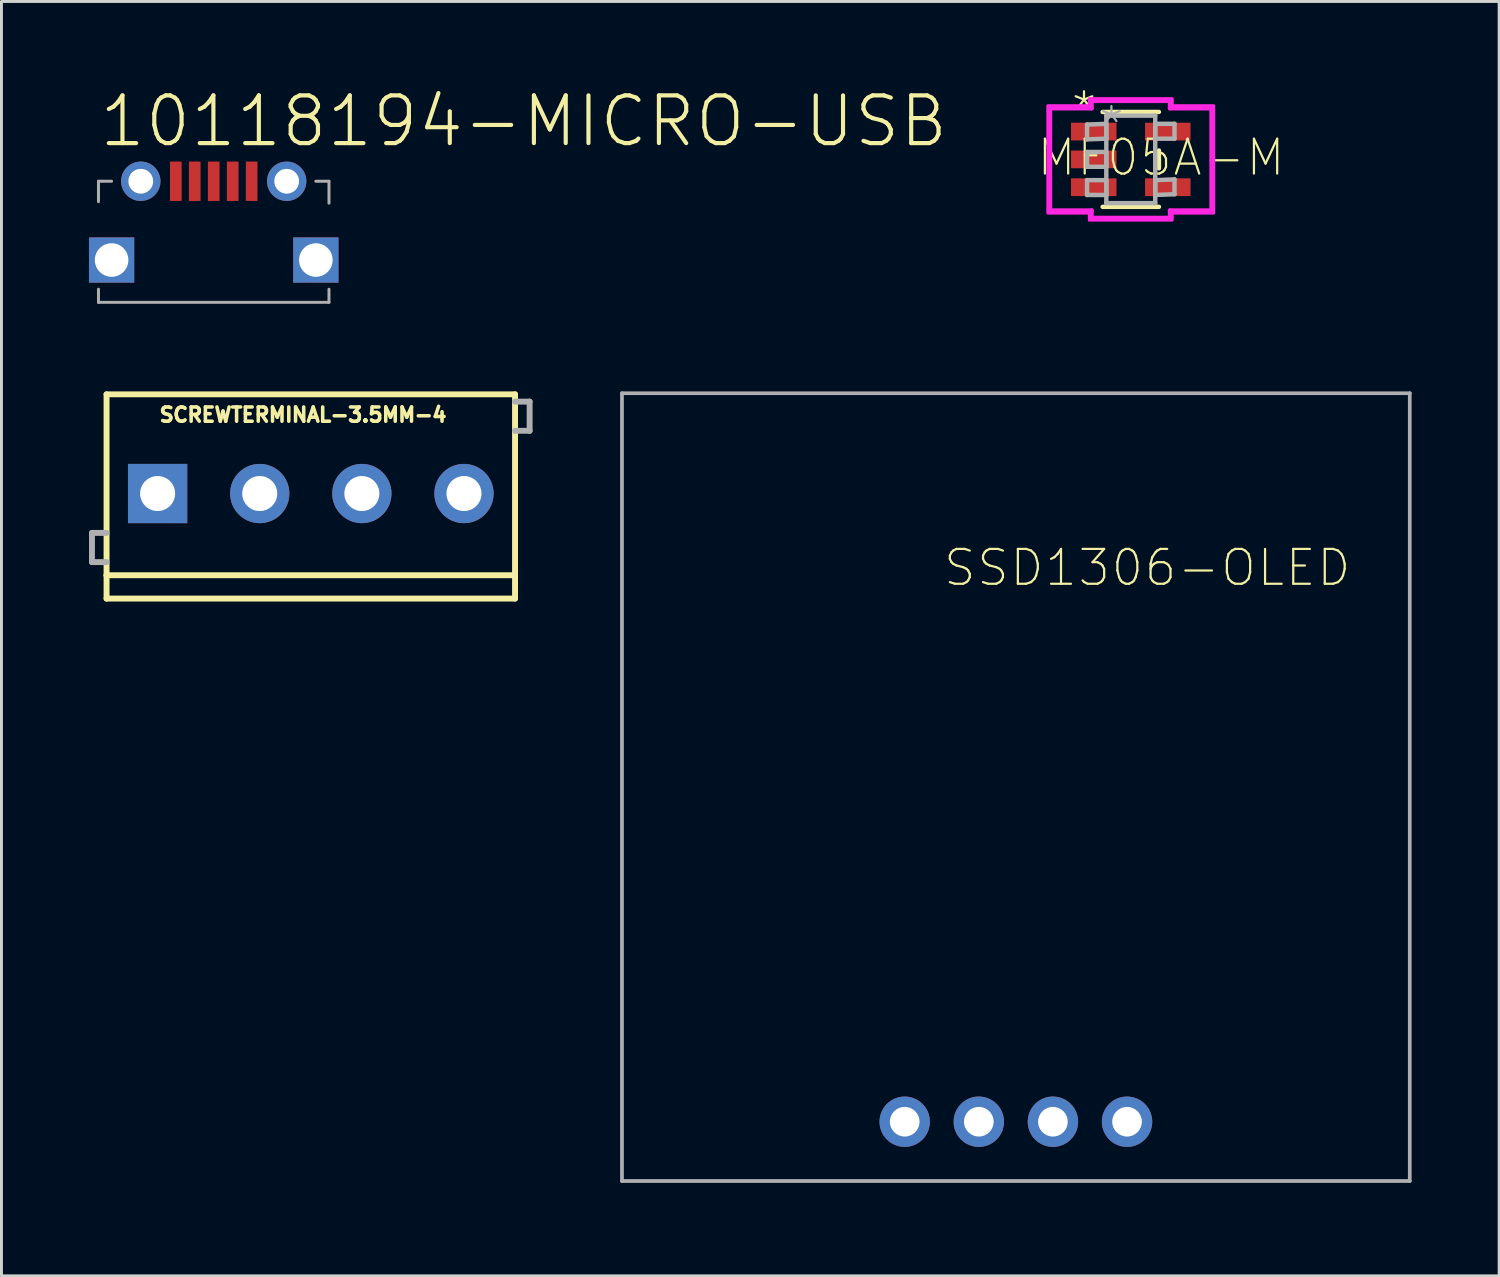
<source format=kicad_pcb>
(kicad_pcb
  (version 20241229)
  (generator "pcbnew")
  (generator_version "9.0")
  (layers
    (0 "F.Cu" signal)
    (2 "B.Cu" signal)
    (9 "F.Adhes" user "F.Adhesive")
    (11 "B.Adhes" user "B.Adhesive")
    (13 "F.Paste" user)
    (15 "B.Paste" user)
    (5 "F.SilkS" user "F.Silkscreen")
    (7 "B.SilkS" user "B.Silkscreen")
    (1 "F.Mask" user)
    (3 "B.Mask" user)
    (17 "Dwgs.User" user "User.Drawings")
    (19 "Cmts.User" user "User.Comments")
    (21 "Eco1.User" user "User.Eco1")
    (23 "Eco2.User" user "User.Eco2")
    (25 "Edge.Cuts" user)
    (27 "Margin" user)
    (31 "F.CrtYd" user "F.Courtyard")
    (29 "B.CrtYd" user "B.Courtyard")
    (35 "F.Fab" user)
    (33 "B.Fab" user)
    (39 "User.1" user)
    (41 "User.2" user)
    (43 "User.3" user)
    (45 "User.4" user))
  (footprint "MF05A-M"
    (layer "F.Cu")
    (at 35.705 2.413)
    (property "Reference" "MF05A-M" (at -3.277 0.635 0) (layer "F.SilkS") (effects (font (size 1.194 1.194) (thickness 0.076)) (justify left bottom)))
    (fp_line (start -0.965 1.626) (end 0.965 1.626) (stroke (width 0.152) (type solid)) (layer "F.SilkS"))
    (fp_line (start 0.965 -1.626) (end -0.965 -1.626) (stroke (width 0.152) (type solid)) (layer "F.SilkS"))
    (fp_line (start 0.965 0.305) (end 0.965 -0.305) (stroke (width 0.152) (type solid)) (layer "F.SilkS"))
    (fp_line (start -2.769 -1.753) (end -1.346 -1.753) (stroke (width 0.152) (type solid)) (layer "F.CrtYd"))
    (fp_line (start -2.769 1.753) (end -2.769 -1.753) (stroke (width 0.152) (type solid)) (layer "F.CrtYd"))
    (fp_line (start -1.346 -2.007) (end 1.346 -2.007) (stroke (width 0.152) (type solid)) (layer "F.CrtYd"))
    (fp_line (start -1.346 -1.753) (end -1.346 -2.007) (stroke (width 0.152) (type solid)) (layer "F.CrtYd"))
    (fp_line (start -1.346 1.753) (end -2.769 1.753) (stroke (width 0.152) (type solid)) (layer "F.CrtYd"))
    (fp_line (start -1.346 2.007) (end -1.346 1.753) (stroke (width 0.152) (type solid)) (layer "F.CrtYd"))
    (fp_line (start 1.346 -2.007) (end 1.346 -1.753) (stroke (width 0.152) (type solid)) (layer "F.CrtYd"))
    (fp_line (start 1.346 -1.753) (end 2.769 -1.753) (stroke (width 0.152) (type solid)) (layer "F.CrtYd"))
    (fp_line (start 1.346 1.753) (end 1.346 2.007) (stroke (width 0.152) (type solid)) (layer "F.CrtYd"))
    (fp_line (start 1.346 2.007) (end -1.346 2.007) (stroke (width 0.152) (type solid)) (layer "F.CrtYd"))
    (fp_line (start 2.769 -1.753) (end 2.769 1.753) (stroke (width 0.152) (type solid)) (layer "F.CrtYd"))
    (fp_line (start 2.769 1.753) (end 1.346 1.753) (stroke (width 0.152) (type solid)) (layer "F.CrtYd"))
    (fp_poly (pts (xy 1.422 -1.841) (xy 2.845 -1.841) (xy 2.845 1.841) (xy 1.422 1.841) (xy 1.422 2.083) (xy -1.422 2.083) (xy -1.422 1.841) (xy -2.845 1.841) (xy -2.845 -1.841) (xy -1.422 -1.841) (xy -1.422 -2.083) (xy 1.422 -2.083)) (stroke (width 0.1) (type default)) (fill no) (layer "F.CrtYd"))
    (fp_line (start -1.499 -1.194) (end -1.499 -0.686) (stroke (width 0.152) (type solid)) (layer "F.Fab"))
    (fp_line (start -1.499 -0.686) (end -0.838 -0.711) (stroke (width 0.152) (type solid)) (layer "F.Fab"))
    (fp_line (start -1.499 -0.254) (end -1.499 0.254) (stroke (width 0.152) (type solid)) (layer "F.Fab"))
    (fp_line (start -1.499 0.254) (end -0.838 0.254) (stroke (width 0.152) (type solid)) (layer "F.Fab"))
    (fp_line (start -1.499 0.711) (end -1.499 1.219) (stroke (width 0.152) (type solid)) (layer "F.Fab"))
    (fp_line (start -1.499 1.219) (end -0.838 1.219) (stroke (width 0.152) (type solid)) (layer "F.Fab"))
    (fp_line (start -0.838 -1.499) (end -0.838 1.499) (stroke (width 0.152) (type solid)) (layer "F.Fab"))
    (fp_line (start -0.838 -1.219) (end -1.499 -1.194) (stroke (width 0.152) (type solid)) (layer "F.Fab"))
    (fp_line (start -0.838 -0.711) (end -0.838 -1.219) (stroke (width 0.152) (type solid)) (layer "F.Fab"))
    (fp_line (start -0.838 -0.254) (end -1.499 -0.254) (stroke (width 0.152) (type solid)) (layer "F.Fab"))
    (fp_line (start -0.838 0.254) (end -0.838 -0.254) (stroke (width 0.152) (type solid)) (layer "F.Fab"))
    (fp_line (start -0.838 0.711) (end -1.499 0.711) (stroke (width 0.152) (type solid)) (layer "F.Fab"))
    (fp_line (start -0.838 1.219) (end -0.838 0.711) (stroke (width 0.152) (type solid)) (layer "F.Fab"))
    (fp_line (start -0.838 1.499) (end 0.838 1.499) (stroke (width 0.152) (type solid)) (layer "F.Fab"))
    (fp_line (start 0.838 -1.499) (end -0.838 -1.499) (stroke (width 0.152) (type solid)) (layer "F.Fab"))
    (fp_line (start 0.838 -1.219) (end 0.838 -0.711) (stroke (width 0.152) (type solid)) (layer "F.Fab"))
    (fp_line (start 0.838 -0.711) (end 1.499 -0.711) (stroke (width 0.152) (type solid)) (layer "F.Fab"))
    (fp_line (start 0.838 0.711) (end 0.838 1.219) (stroke (width 0.152) (type solid)) (layer "F.Fab"))
    (fp_line (start 0.838 1.219) (end 1.499 1.194) (stroke (width 0.152) (type solid)) (layer "F.Fab"))
    (fp_line (start 0.838 1.499) (end 0.838 -1.499) (stroke (width 0.152) (type solid)) (layer "F.Fab"))
    (fp_line (start 1.499 -1.219) (end 0.838 -1.219) (stroke (width 0.152) (type solid)) (layer "F.Fab"))
    (fp_line (start 1.499 -0.711) (end 1.499 -1.219) (stroke (width 0.152) (type solid)) (layer "F.Fab"))
    (fp_line (start 1.499 0.686) (end 0.838 0.711) (stroke (width 0.152) (type solid)) (layer "F.Fab"))
    (fp_line (start 1.499 1.194) (end 1.499 0.686) (stroke (width 0.152) (type solid)) (layer "F.Fab"))
    (fp_text user "*" (at -2.108 -0.991 0) (layer "F.SilkS") (effects (font (size 1.194 1.194) (thickness 0.076)) (justify left bottom)))
    (fp_text user "*" (at -1.168 -0.483 0) (layer "F.Fab") (effects (font (size 1.194 1.194) (thickness 0.076)) (justify left bottom)))
    (pad "1" smd rect (at -1.269 -0.953) (size 1.559 0.608) (layers "F.Cu" "F.Mask" "F.Paste"))
    (pad "2" smd rect (at -1.269 0) (size 1.559 0.608) (layers "F.Cu" "F.Mask" "F.Paste"))
    (pad "3" smd rect (at -1.269 0.953) (size 1.559 0.608) (layers "F.Cu" "F.Mask" "F.Paste"))
    (pad "4" smd rect (at 1.269 0.953) (size 1.559 0.608) (layers "F.Cu" "F.Mask" "F.Paste"))
    (pad "5" smd rect (at 1.269 -0.953) (size 1.559 0.608) (layers "F.Cu" "F.Mask" "F.Paste")))
  (footprint "SCREWTERMINAL-3.5MM-4"
    (layer "F.Cu")
    (at 2.352 13.865)
    (property "Reference" "SCREWTERMINAL-3.5MM-4" (at 0 -2.413 0) (layer "F.SilkS") (effects (font (size 0.488 0.488) (thickness 0.122)) (justify left bottom)))
    (fp_line (start -1.75 -3.4) (end 12.25 -3.4) (stroke (width 0.203) (type solid)) (layer "F.SilkS"))
    (fp_line (start -1.75 2.8) (end -1.75 -3.4) (stroke (width 0.203) (type solid)) (layer "F.SilkS"))
    (fp_line (start -1.75 3.6) (end -1.75 2.8) (stroke (width 0.203) (type solid)) (layer "F.SilkS"))
    (fp_line (start 12.25 -3.4) (end 12.25 2.8) (stroke (width 0.203) (type solid)) (layer "F.SilkS"))
    (fp_line (start 12.25 2.8) (end -1.75 2.8) (stroke (width 0.203) (type solid)) (layer "F.SilkS"))
    (fp_line (start 12.25 2.8) (end 12.25 3.6) (stroke (width 0.203) (type solid)) (layer "F.SilkS"))
    (fp_line (start 12.25 3.6) (end -1.75 3.6) (stroke (width 0.203) (type solid)) (layer "F.SilkS"))
    (fp_line (start -2.25 1.35) (end -2.25 2.35) (stroke (width 0.203) (type solid)) (layer "F.Fab"))
    (fp_line (start -2.25 2.35) (end -1.75 2.35) (stroke (width 0.203) (type solid)) (layer "F.Fab"))
    (fp_line (start -1.75 1.35) (end -2.25 1.35) (stroke (width 0.203) (type solid)) (layer "F.Fab"))
    (fp_line (start 12.25 -3.15) (end 12.75 -3.15) (stroke (width 0.203) (type solid)) (layer "F.Fab"))
    (fp_line (start 12.75 -3.15) (end 12.75 -2.15) (stroke (width 0.203) (type solid)) (layer "F.Fab"))
    (fp_line (start 12.75 -2.15) (end 12.25 -2.15) (stroke (width 0.203) (type solid)) (layer "F.Fab"))
    (fp_circle (center 0 0) (end 0.425 0) (stroke (width 0.001) (type solid)) (fill no) (layer "F.Fab"))
    (fp_circle (center 3.5 0) (end 3.925 0) (stroke (width 0.001) (type solid)) (fill no) (layer "F.Fab"))
    (fp_circle (center 7 0) (end 7.425 0) (stroke (width 0.001) (type solid)) (fill no) (layer "F.Fab"))
    (fp_circle (center 10.5 0) (end 10.925 0) (stroke (width 0.001) (type solid)) (fill no) (layer "F.Fab"))
    (pad "1" thru_hole rect (at 0 0) (size 2.032 2.032) (drill 1.2) (layers "*.Cu" "*.Mask"))
    (pad "2" thru_hole circle (at 3.5 0) (size 2.032 2.032) (drill 1.2) (layers "*.Cu" "*.Mask"))
    (pad "3" thru_hole circle (at 7 0) (size 2.032 2.032) (drill 1.2) (layers "*.Cu" "*.Mask"))
    (pad "4" thru_hole circle (at 10.5 0) (size 2.032 2.032) (drill 1.2) (layers "*.Cu" "*.Mask")))
  (footprint "10118194-MICRO-USB"
    (layer "F.Cu")
    (at 4.275 5.862)
    (property "Reference" "10118194-MICRO-USB" (at -4 -3.8 0) (layer "F.SilkS") (effects (font (size 1.636 1.636) (thickness 0.142)) (justify left bottom)))
    (fp_line (start -3.95 -2.7) (end -3.5 -2.7) (stroke (width 0.102) (type solid)) (layer "F.Fab"))
    (fp_line (start -3.95 -2) (end -3.95 -2.7) (stroke (width 0.102) (type solid)) (layer "F.Fab"))
    (fp_line (start -3.95 1.45) (end -3.95 1) (stroke (width 0.102) (type solid)) (layer "F.Fab"))
    (fp_line (start -3.95 1.45) (end 3.95 1.45) (stroke (width 0.102) (type solid)) (layer "F.Fab"))
    (fp_line (start 3.95 -2.7) (end 3.5 -2.7) (stroke (width 0.102) (type solid)) (layer "F.Fab"))
    (fp_line (start 3.95 -1.95) (end 3.95 -2.7) (stroke (width 0.102) (type solid)) (layer "F.Fab"))
    (fp_line (start 3.95 1.45) (end 3.95 1) (stroke (width 0.102) (type solid)) (layer "F.Fab"))
    (pad "1" smd rect (at -1.3 -2.7 180) (size 0.4 1.35) (layers "F.Cu" "F.Mask" "F.Paste"))
    (pad "2" smd rect (at -0.65 -2.7 180) (size 0.4 1.35) (layers "F.Cu" "F.Mask" "F.Paste"))
    (pad "3" smd rect (at 0 -2.7 180) (size 0.4 1.35) (layers "F.Cu" "F.Mask" "F.Paste"))
    (pad "4" smd rect (at 0.65 -2.7 180) (size 0.4 1.35) (layers "F.Cu" "F.Mask" "F.Paste"))
    (pad "5" smd rect (at 1.3 -2.7 180) (size 0.4 1.35) (layers "F.Cu" "F.Mask" "F.Paste"))
    (pad "M1" thru_hole circle (at -2.5 -2.7) (size 1.35 1.35) (drill 0.85) (layers "*.Cu" "*.Mask"))
    (pad "M2" thru_hole circle (at 2.5 -2.7) (size 1.35 1.35) (drill 0.85) (layers "*.Cu" "*.Mask"))
    (pad "M3" thru_hole rect (at -3.5 0) (size 1.55 1.55) (drill 1.15) (layers "*.Cu" "*.Mask"))
    (pad "M4" thru_hole rect (at 3.5 0) (size 1.55 1.55) (drill 1.15) (layers "*.Cu" "*.Mask")))
  (footprint "SSD1306-OLED"
    (layer "F.Cu")
    (at 31.767 37.427)
    (property "Reference" "SSD1306-OLED" (at -2.54 -20.32 0) (layer "F.SilkS") (effects (font (size 1.194 1.194) (thickness 0.076)) (justify left bottom)))
    (fp_line (start -13.5 -27) (end 13.5 -27) (stroke (width 0.127) (type solid)) (layer "F.Fab"))
    (fp_line (start -13.5 0) (end -13.5 -27) (stroke (width 0.127) (type solid)) (layer "F.Fab"))
    (fp_line (start -13.5 0) (end 13.5 0) (stroke (width 0.127) (type solid)) (layer "F.Fab"))
    (fp_line (start 13.5 -27) (end 13.5 0) (stroke (width 0.127) (type solid)) (layer "F.Fab"))
    (pad "1" thru_hole circle (at -3.81 -2.032) (size 1.727 1.727) (drill 1.016) (layers "*.Cu" "*.Mask"))
    (pad "2" thru_hole circle (at -1.27 -2.032) (size 1.727 1.727) (drill 1.016) (layers "*.Cu" "*.Mask"))
    (pad "3" thru_hole circle (at 1.27 -2.032) (size 1.727 1.727) (drill 1.016) (layers "*.Cu" "*.Mask"))
    (pad "4" thru_hole circle (at 3.81 -2.032) (size 1.727 1.727) (drill 1.016) (layers "*.Cu" "*.Mask")))
  (gr_rect
    (start -3 -3)
    (end 48.33 40.677)
    (stroke (width 0.1) (type default))
    (fill no)
    (layer "Edge.Cuts")))
</source>
